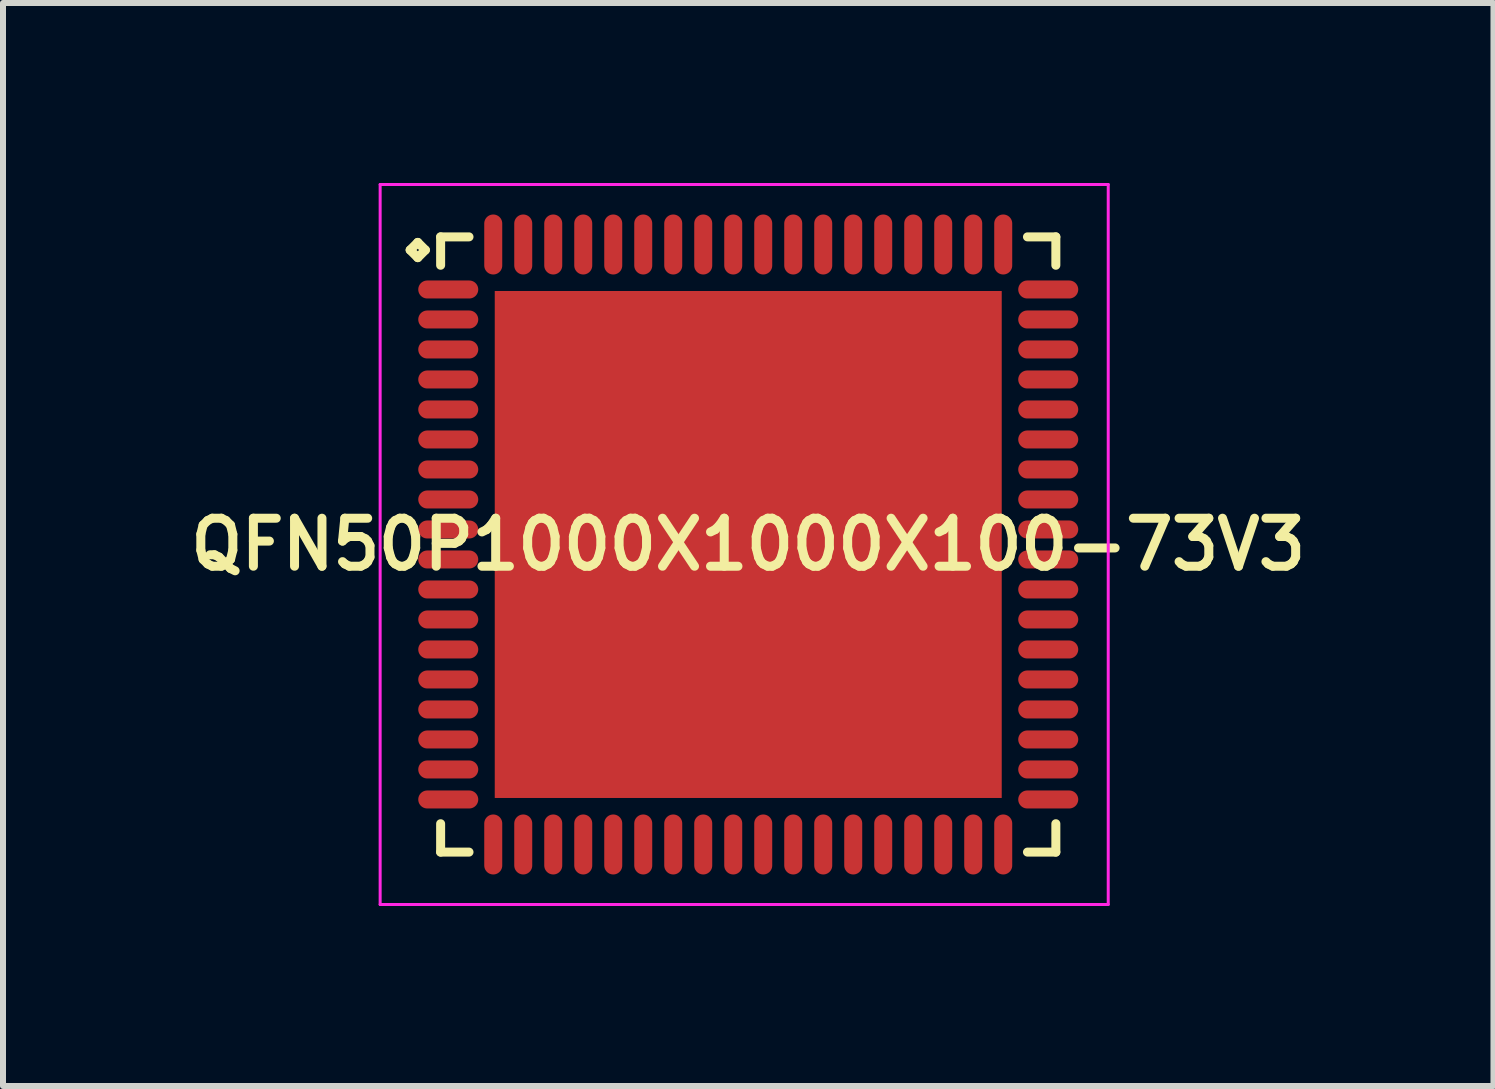
<source format=kicad_pcb>
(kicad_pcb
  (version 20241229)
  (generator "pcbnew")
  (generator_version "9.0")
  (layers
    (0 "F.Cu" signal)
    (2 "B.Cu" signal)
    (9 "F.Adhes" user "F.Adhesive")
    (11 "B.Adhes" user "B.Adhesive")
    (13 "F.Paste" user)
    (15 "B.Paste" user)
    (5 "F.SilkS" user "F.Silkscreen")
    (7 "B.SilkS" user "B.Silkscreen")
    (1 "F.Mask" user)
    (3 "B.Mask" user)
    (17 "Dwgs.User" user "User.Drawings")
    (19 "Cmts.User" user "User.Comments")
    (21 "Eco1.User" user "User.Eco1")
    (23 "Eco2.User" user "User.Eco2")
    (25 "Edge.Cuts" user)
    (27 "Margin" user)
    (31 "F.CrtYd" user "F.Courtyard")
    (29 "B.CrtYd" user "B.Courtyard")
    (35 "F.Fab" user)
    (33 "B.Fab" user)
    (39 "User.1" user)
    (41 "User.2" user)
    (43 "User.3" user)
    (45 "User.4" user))
  (footprint "QFN50P1000X1000X100-73V3"
    (layer "F.Cu")
    (at 9.421 6.025)
    (property "Reference" "QFN50P1000X1000X100-73V3" (at 0 0 0) (layer "F.SilkS") (effects (font (size 0.8 0.8) (thickness 0.15))))
    (attr smd)
    (fp_line (start -5.635 -4.908) (end -5.508 -5.035) (stroke (width 0.15) (type solid)) (layer "F.SilkS"))
    (fp_line (start -5.508 -5.035) (end -5.381 -4.908) (stroke (width 0.15) (type solid)) (layer "F.SilkS"))
    (fp_line (start -5.508 -4.781) (end -5.635 -4.908) (stroke (width 0.15) (type solid)) (layer "F.SilkS"))
    (fp_line (start -5.381 -4.908) (end -5.508 -4.781) (stroke (width 0.15) (type solid)) (layer "F.SilkS"))
    (fp_line (start -5.127 -5.127) (end -4.654 -5.127) (stroke (width 0.15) (type solid)) (layer "F.SilkS"))
    (fp_line (start -5.127 -4.654) (end -5.127 -5.127) (stroke (width 0.15) (type solid)) (layer "F.SilkS"))
    (fp_line (start -5.127 4.654) (end -5.127 5.127) (stroke (width 0.15) (type solid)) (layer "F.SilkS"))
    (fp_line (start -5.127 5.127) (end -4.654 5.127) (stroke (width 0.15) (type solid)) (layer "F.SilkS"))
    (fp_line (start 4.654 -5.127) (end 5.127 -5.127) (stroke (width 0.15) (type solid)) (layer "F.SilkS"))
    (fp_line (start 4.654 5.127) (end 5.127 5.127) (stroke (width 0.15) (type solid)) (layer "F.SilkS"))
    (fp_line (start 5.127 -5.127) (end 5.127 -4.654) (stroke (width 0.15) (type solid)) (layer "F.SilkS"))
    (fp_line (start 5.127 5.127) (end 5.127 4.654) (stroke (width 0.15) (type solid)) (layer "F.SilkS"))
    (fp_line (start -6.135 -6) (end 6 -6) (stroke (width 0.05) (type solid)) (layer "F.CrtYd"))
    (fp_line (start -6.135 6) (end -6.135 -6) (stroke (width 0.05) (type solid)) (layer "F.CrtYd"))
    (fp_line (start 6 -6) (end 6 6) (stroke (width 0.05) (type solid)) (layer "F.CrtYd"))
    (fp_line (start 6 6) (end -6.135 6) (stroke (width 0.05) (type solid)) (layer "F.CrtYd"))
    (pad "1" smd oval (at -5 -4.25) (size 1 0.3) (layers "F.Cu" "F.Mask" "F.Paste"))
    (pad "2" smd oval (at -5 -3.75) (size 1 0.3) (layers "F.Cu" "F.Mask" "F.Paste"))
    (pad "3" smd oval (at -5 -3.25) (size 1 0.3) (layers "F.Cu" "F.Mask" "F.Paste"))
    (pad "4" smd oval (at -5 -2.75) (size 1 0.3) (layers "F.Cu" "F.Mask" "F.Paste"))
    (pad "5" smd oval (at -5 -2.25) (size 1 0.3) (layers "F.Cu" "F.Mask" "F.Paste"))
    (pad "6" smd oval (at -5 -1.75) (size 1 0.3) (layers "F.Cu" "F.Mask" "F.Paste"))
    (pad "7" smd oval (at -5 -1.25) (size 1 0.3) (layers "F.Cu" "F.Mask" "F.Paste"))
    (pad "8" smd oval (at -5 -0.75) (size 1 0.3) (layers "F.Cu" "F.Mask" "F.Paste"))
    (pad "9" smd oval (at -5 -0.25) (size 1 0.3) (layers "F.Cu" "F.Mask" "F.Paste"))
    (pad "10" smd oval (at -5 0.25) (size 1 0.3) (layers "F.Cu" "F.Mask" "F.Paste"))
    (pad "11" smd oval (at -5 0.75) (size 1 0.3) (layers "F.Cu" "F.Mask" "F.Paste"))
    (pad "12" smd oval (at -5 1.25) (size 1 0.3) (layers "F.Cu" "F.Mask" "F.Paste"))
    (pad "13" smd oval (at -5 1.75) (size 1 0.3) (layers "F.Cu" "F.Mask" "F.Paste"))
    (pad "14" smd oval (at -5 2.25) (size 1 0.3) (layers "F.Cu" "F.Mask" "F.Paste"))
    (pad "15" smd oval (at -5 2.75) (size 1 0.3) (layers "F.Cu" "F.Mask" "F.Paste"))
    (pad "16" smd oval (at -5 3.25) (size 1 0.3) (layers "F.Cu" "F.Mask" "F.Paste"))
    (pad "17" smd oval (at -5 3.75) (size 1 0.3) (layers "F.Cu" "F.Mask" "F.Paste"))
    (pad "18" smd oval (at -5 4.25) (size 1 0.3) (layers "F.Cu" "F.Mask" "F.Paste"))
    (pad "19" smd oval (at -4.25 5) (size 0.3 1) (layers "F.Cu" "F.Mask" "F.Paste"))
    (pad "20" smd oval (at -3.75 5) (size 0.3 1) (layers "F.Cu" "F.Mask" "F.Paste"))
    (pad "21" smd oval (at -3.25 5) (size 0.3 1) (layers "F.Cu" "F.Mask" "F.Paste"))
    (pad "22" smd oval (at -2.75 5) (size 0.3 1) (layers "F.Cu" "F.Mask" "F.Paste"))
    (pad "23" smd oval (at -2.25 5) (size 0.3 1) (layers "F.Cu" "F.Mask" "F.Paste"))
    (pad "24" smd oval (at -1.75 5) (size 0.3 1) (layers "F.Cu" "F.Mask" "F.Paste"))
    (pad "25" smd oval (at -1.25 5) (size 0.3 1) (layers "F.Cu" "F.Mask" "F.Paste"))
    (pad "26" smd oval (at -0.75 5) (size 0.3 1) (layers "F.Cu" "F.Mask" "F.Paste"))
    (pad "27" smd oval (at -0.25 5) (size 0.3 1) (layers "F.Cu" "F.Mask" "F.Paste"))
    (pad "28" smd oval (at 0.25 5) (size 0.3 1) (layers "F.Cu" "F.Mask" "F.Paste"))
    (pad "29" smd oval (at 0.75 5) (size 0.3 1) (layers "F.Cu" "F.Mask" "F.Paste"))
    (pad "30" smd oval (at 1.25 5) (size 0.3 1) (layers "F.Cu" "F.Mask" "F.Paste"))
    (pad "31" smd oval (at 1.75 5) (size 0.3 1) (layers "F.Cu" "F.Mask" "F.Paste"))
    (pad "32" smd oval (at 2.25 5) (size 0.3 1) (layers "F.Cu" "F.Mask" "F.Paste"))
    (pad "33" smd oval (at 2.75 5) (size 0.3 1) (layers "F.Cu" "F.Mask" "F.Paste"))
    (pad "34" smd oval (at 3.25 5) (size 0.3 1) (layers "F.Cu" "F.Mask" "F.Paste"))
    (pad "35" smd oval (at 3.75 5) (size 0.3 1) (layers "F.Cu" "F.Mask" "F.Paste"))
    (pad "36" smd oval (at 4.25 5) (size 0.3 1) (layers "F.Cu" "F.Mask" "F.Paste"))
    (pad "37" smd oval (at 5 4.25) (size 1 0.3) (layers "F.Cu" "F.Mask" "F.Paste"))
    (pad "38" smd oval (at 5 3.75) (size 1 0.3) (layers "F.Cu" "F.Mask" "F.Paste"))
    (pad "39" smd oval (at 5 3.25) (size 1 0.3) (layers "F.Cu" "F.Mask" "F.Paste"))
    (pad "40" smd oval (at 5 2.75) (size 1 0.3) (layers "F.Cu" "F.Mask" "F.Paste"))
    (pad "41" smd oval (at 5 2.25) (size 1 0.3) (layers "F.Cu" "F.Mask" "F.Paste"))
    (pad "42" smd oval (at 5 1.75) (size 1 0.3) (layers "F.Cu" "F.Mask" "F.Paste"))
    (pad "43" smd oval (at 5 1.25) (size 1 0.3) (layers "F.Cu" "F.Mask" "F.Paste"))
    (pad "44" smd oval (at 5 0.75) (size 1 0.3) (layers "F.Cu" "F.Mask" "F.Paste"))
    (pad "45" smd oval (at 5 0.25) (size 1 0.3) (layers "F.Cu" "F.Mask" "F.Paste"))
    (pad "46" smd oval (at 5 -0.25) (size 1 0.3) (layers "F.Cu" "F.Mask" "F.Paste"))
    (pad "47" smd oval (at 5 -0.75) (size 1 0.3) (layers "F.Cu" "F.Mask" "F.Paste"))
    (pad "48" smd oval (at 5 -1.25) (size 1 0.3) (layers "F.Cu" "F.Mask" "F.Paste"))
    (pad "49" smd oval (at 5 -1.75) (size 1 0.3) (layers "F.Cu" "F.Mask" "F.Paste"))
    (pad "50" smd oval (at 5 -2.25) (size 1 0.3) (layers "F.Cu" "F.Mask" "F.Paste"))
    (pad "51" smd oval (at 5 -2.75) (size 1 0.3) (layers "F.Cu" "F.Mask" "F.Paste"))
    (pad "52" smd oval (at 5 -3.25) (size 1 0.3) (layers "F.Cu" "F.Mask" "F.Paste"))
    (pad "53" smd oval (at 5 -3.75) (size 1 0.3) (layers "F.Cu" "F.Mask" "F.Paste"))
    (pad "54" smd oval (at 5 -4.25) (size 1 0.3) (layers "F.Cu" "F.Mask" "F.Paste"))
    (pad "55" smd oval (at 4.25 -5) (size 0.3 1) (layers "F.Cu" "F.Mask" "F.Paste"))
    (pad "56" smd oval (at 3.75 -5) (size 0.3 1) (layers "F.Cu" "F.Mask" "F.Paste"))
    (pad "57" smd oval (at 3.25 -5) (size 0.3 1) (layers "F.Cu" "F.Mask" "F.Paste"))
    (pad "58" smd oval (at 2.75 -5) (size 0.3 1) (layers "F.Cu" "F.Mask" "F.Paste"))
    (pad "59" smd oval (at 2.25 -5) (size 0.3 1) (layers "F.Cu" "F.Mask" "F.Paste"))
    (pad "60" smd oval (at 1.75 -5) (size 0.3 1) (layers "F.Cu" "F.Mask" "F.Paste"))
    (pad "61" smd oval (at 1.25 -5) (size 0.3 1) (layers "F.Cu" "F.Mask" "F.Paste"))
    (pad "62" smd oval (at 0.75 -5) (size 0.3 1) (layers "F.Cu" "F.Mask" "F.Paste"))
    (pad "63" smd oval (at 0.25 -5) (size 0.3 1) (layers "F.Cu" "F.Mask" "F.Paste"))
    (pad "64" smd oval (at -0.25 -5) (size 0.3 1) (layers "F.Cu" "F.Mask" "F.Paste"))
    (pad "65" smd oval (at -0.75 -5) (size 0.3 1) (layers "F.Cu" "F.Mask" "F.Paste"))
    (pad "66" smd oval (at -1.25 -5) (size 0.3 1) (layers "F.Cu" "F.Mask" "F.Paste"))
    (pad "67" smd oval (at -1.75 -5) (size 0.3 1) (layers "F.Cu" "F.Mask" "F.Paste"))
    (pad "68" smd oval (at -2.25 -5) (size 0.3 1) (layers "F.Cu" "F.Mask" "F.Paste"))
    (pad "69" smd oval (at -2.75 -5) (size 0.3 1) (layers "F.Cu" "F.Mask" "F.Paste"))
    (pad "70" smd oval (at -3.25 -5) (size 0.3 1) (layers "F.Cu" "F.Mask" "F.Paste"))
    (pad "71" smd oval (at -3.75 -5) (size 0.3 1) (layers "F.Cu" "F.Mask" "F.Paste"))
    (pad "72" smd oval (at -4.25 -5) (size 0.3 1) (layers "F.Cu" "F.Mask" "F.Paste"))
    (pad "73" smd rect (at 0 0) (size 8.45 8.45) (layers "F.Cu" "F.Mask" "F.Paste")))
  (gr_rect
    (start -3 -3)
    (end 21.842 15.05)
    (stroke (width 0.1) (type default))
    (fill no)
    (layer "Edge.Cuts")))
</source>
